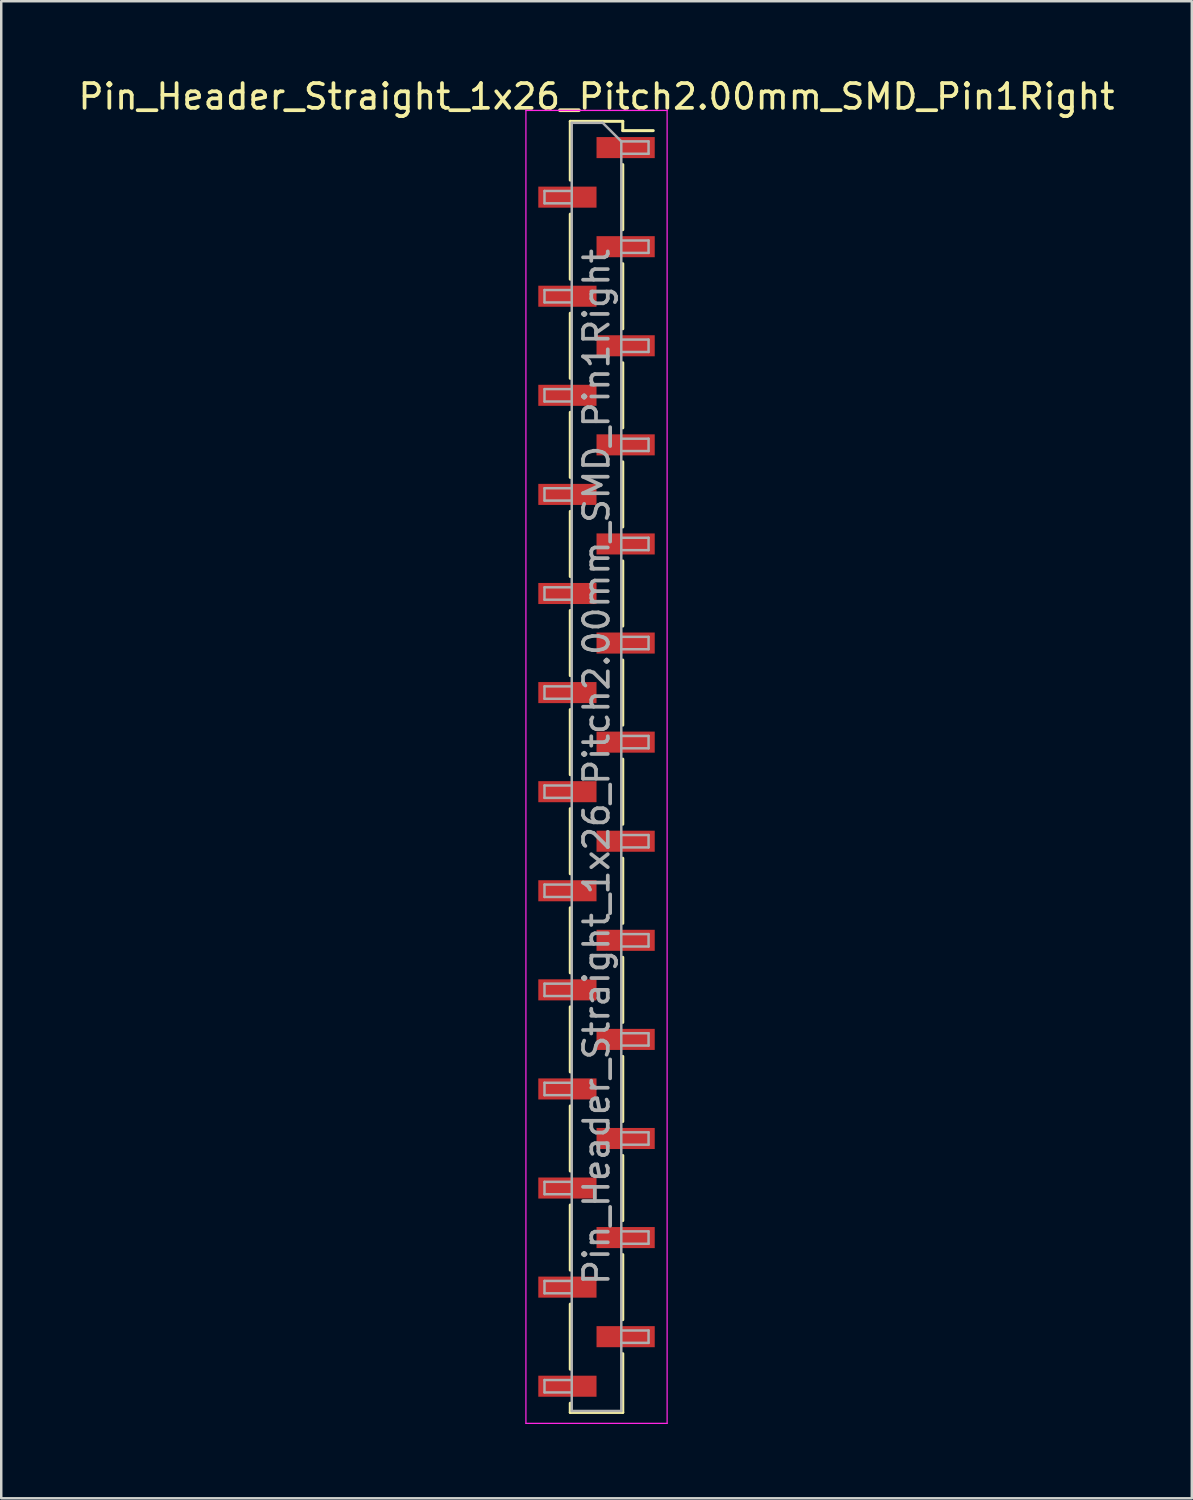
<source format=kicad_pcb>
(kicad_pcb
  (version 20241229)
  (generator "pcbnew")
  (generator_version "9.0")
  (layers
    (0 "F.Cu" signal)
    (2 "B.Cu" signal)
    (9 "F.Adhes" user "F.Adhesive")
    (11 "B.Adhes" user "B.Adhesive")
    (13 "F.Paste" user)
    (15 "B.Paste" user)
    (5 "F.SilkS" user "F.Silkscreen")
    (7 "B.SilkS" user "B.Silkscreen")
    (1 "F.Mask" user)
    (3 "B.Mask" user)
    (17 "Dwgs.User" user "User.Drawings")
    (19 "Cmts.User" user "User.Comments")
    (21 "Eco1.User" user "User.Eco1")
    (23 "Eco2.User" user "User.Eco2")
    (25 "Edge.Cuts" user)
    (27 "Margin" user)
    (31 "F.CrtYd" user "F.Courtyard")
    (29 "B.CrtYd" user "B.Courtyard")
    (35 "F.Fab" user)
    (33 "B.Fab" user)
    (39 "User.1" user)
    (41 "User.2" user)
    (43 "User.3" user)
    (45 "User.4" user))
  (footprint "Pin_Header_Straight_1x26_Pitch2.00mm_SMD_Pin1Right"
    (layer "F.Cu")
    (at 21.03 27.908)
    (property "Reference" "Pin_Header_Straight_1x26_Pitch2.00mm_SMD_Pin1Right" (at 0 -27.06 0) (layer "F.SilkS") (effects (font (size 1 1) (thickness 0.15))))
    (attr smd)
    (fp_line (start -1.06 -26.06) (end -1.06 -23.685) (stroke (width 0.12) (type solid)) (layer "F.SilkS"))
    (fp_line (start -1.06 -26.06) (end 1.06 -26.06) (stroke (width 0.12) (type solid)) (layer "F.SilkS"))
    (fp_line (start -1.06 -22.315) (end -1.06 -19.685) (stroke (width 0.12) (type solid)) (layer "F.SilkS"))
    (fp_line (start -1.06 -18.315) (end -1.06 -15.685) (stroke (width 0.12) (type solid)) (layer "F.SilkS"))
    (fp_line (start -1.06 -14.315) (end -1.06 -11.685) (stroke (width 0.12) (type solid)) (layer "F.SilkS"))
    (fp_line (start -1.06 -10.315) (end -1.06 -7.685) (stroke (width 0.12) (type solid)) (layer "F.SilkS"))
    (fp_line (start -1.06 -6.315) (end -1.06 -3.685) (stroke (width 0.12) (type solid)) (layer "F.SilkS"))
    (fp_line (start -1.06 -2.315) (end -1.06 0.315) (stroke (width 0.12) (type solid)) (layer "F.SilkS"))
    (fp_line (start -1.06 1.685) (end -1.06 4.315) (stroke (width 0.12) (type solid)) (layer "F.SilkS"))
    (fp_line (start -1.06 5.685) (end -1.06 8.315) (stroke (width 0.12) (type solid)) (layer "F.SilkS"))
    (fp_line (start -1.06 9.685) (end -1.06 12.315) (stroke (width 0.12) (type solid)) (layer "F.SilkS"))
    (fp_line (start -1.06 13.685) (end -1.06 16.315) (stroke (width 0.12) (type solid)) (layer "F.SilkS"))
    (fp_line (start -1.06 17.685) (end -1.06 20.315) (stroke (width 0.12) (type solid)) (layer "F.SilkS"))
    (fp_line (start -1.06 21.685) (end -1.06 24.315) (stroke (width 0.12) (type solid)) (layer "F.SilkS"))
    (fp_line (start -1.06 25.685) (end -1.06 26.06) (stroke (width 0.12) (type solid)) (layer "F.SilkS"))
    (fp_line (start -1.06 26.06) (end 1.06 26.06) (stroke (width 0.12) (type solid)) (layer "F.SilkS"))
    (fp_line (start 1.06 -26.06) (end 1.06 -25.685) (stroke (width 0.12) (type solid)) (layer "F.SilkS"))
    (fp_line (start 1.06 -25.685) (end 2.29 -25.685) (stroke (width 0.12) (type solid)) (layer "F.SilkS"))
    (fp_line (start 1.06 -24.315) (end 1.06 -21.685) (stroke (width 0.12) (type solid)) (layer "F.SilkS"))
    (fp_line (start 1.06 -20.315) (end 1.06 -17.685) (stroke (width 0.12) (type solid)) (layer "F.SilkS"))
    (fp_line (start 1.06 -16.315) (end 1.06 -13.685) (stroke (width 0.12) (type solid)) (layer "F.SilkS"))
    (fp_line (start 1.06 -12.315) (end 1.06 -9.685) (stroke (width 0.12) (type solid)) (layer "F.SilkS"))
    (fp_line (start 1.06 -8.315) (end 1.06 -5.685) (stroke (width 0.12) (type solid)) (layer "F.SilkS"))
    (fp_line (start 1.06 -4.315) (end 1.06 -1.685) (stroke (width 0.12) (type solid)) (layer "F.SilkS"))
    (fp_line (start 1.06 -0.315) (end 1.06 2.315) (stroke (width 0.12) (type solid)) (layer "F.SilkS"))
    (fp_line (start 1.06 3.685) (end 1.06 6.315) (stroke (width 0.12) (type solid)) (layer "F.SilkS"))
    (fp_line (start 1.06 7.685) (end 1.06 10.315) (stroke (width 0.12) (type solid)) (layer "F.SilkS"))
    (fp_line (start 1.06 11.685) (end 1.06 14.315) (stroke (width 0.12) (type solid)) (layer "F.SilkS"))
    (fp_line (start 1.06 15.685) (end 1.06 18.315) (stroke (width 0.12) (type solid)) (layer "F.SilkS"))
    (fp_line (start 1.06 19.685) (end 1.06 22.315) (stroke (width 0.12) (type solid)) (layer "F.SilkS"))
    (fp_line (start 1.06 23.685) (end 1.06 26.06) (stroke (width 0.12) (type solid)) (layer "F.SilkS"))
    (fp_line (start -2.85 -26.5) (end -2.85 26.5) (stroke (width 0.05) (type solid)) (layer "F.CrtYd"))
    (fp_line (start -2.85 26.5) (end 2.85 26.5) (stroke (width 0.05) (type solid)) (layer "F.CrtYd"))
    (fp_line (start 2.85 -26.5) (end -2.85 -26.5) (stroke (width 0.05) (type solid)) (layer "F.CrtYd"))
    (fp_line (start 2.85 26.5) (end 2.85 -26.5) (stroke (width 0.05) (type solid)) (layer "F.CrtYd"))
    (fp_line (start -2.1 -23.25) (end -2.1 -22.75) (stroke (width 0.1) (type solid)) (layer "F.Fab"))
    (fp_line (start -2.1 -22.75) (end -1 -22.75) (stroke (width 0.1) (type solid)) (layer "F.Fab"))
    (fp_line (start -2.1 -19.25) (end -2.1 -18.75) (stroke (width 0.1) (type solid)) (layer "F.Fab"))
    (fp_line (start -2.1 -18.75) (end -1 -18.75) (stroke (width 0.1) (type solid)) (layer "F.Fab"))
    (fp_line (start -2.1 -15.25) (end -2.1 -14.75) (stroke (width 0.1) (type solid)) (layer "F.Fab"))
    (fp_line (start -2.1 -14.75) (end -1 -14.75) (stroke (width 0.1) (type solid)) (layer "F.Fab"))
    (fp_line (start -2.1 -11.25) (end -2.1 -10.75) (stroke (width 0.1) (type solid)) (layer "F.Fab"))
    (fp_line (start -2.1 -10.75) (end -1 -10.75) (stroke (width 0.1) (type solid)) (layer "F.Fab"))
    (fp_line (start -2.1 -7.25) (end -2.1 -6.75) (stroke (width 0.1) (type solid)) (layer "F.Fab"))
    (fp_line (start -2.1 -6.75) (end -1 -6.75) (stroke (width 0.1) (type solid)) (layer "F.Fab"))
    (fp_line (start -2.1 -3.25) (end -2.1 -2.75) (stroke (width 0.1) (type solid)) (layer "F.Fab"))
    (fp_line (start -2.1 -2.75) (end -1 -2.75) (stroke (width 0.1) (type solid)) (layer "F.Fab"))
    (fp_line (start -2.1 0.75) (end -2.1 1.25) (stroke (width 0.1) (type solid)) (layer "F.Fab"))
    (fp_line (start -2.1 1.25) (end -1 1.25) (stroke (width 0.1) (type solid)) (layer "F.Fab"))
    (fp_line (start -2.1 4.75) (end -2.1 5.25) (stroke (width 0.1) (type solid)) (layer "F.Fab"))
    (fp_line (start -2.1 5.25) (end -1 5.25) (stroke (width 0.1) (type solid)) (layer "F.Fab"))
    (fp_line (start -2.1 8.75) (end -2.1 9.25) (stroke (width 0.1) (type solid)) (layer "F.Fab"))
    (fp_line (start -2.1 9.25) (end -1 9.25) (stroke (width 0.1) (type solid)) (layer "F.Fab"))
    (fp_line (start -2.1 12.75) (end -2.1 13.25) (stroke (width 0.1) (type solid)) (layer "F.Fab"))
    (fp_line (start -2.1 13.25) (end -1 13.25) (stroke (width 0.1) (type solid)) (layer "F.Fab"))
    (fp_line (start -2.1 16.75) (end -2.1 17.25) (stroke (width 0.1) (type solid)) (layer "F.Fab"))
    (fp_line (start -2.1 17.25) (end -1 17.25) (stroke (width 0.1) (type solid)) (layer "F.Fab"))
    (fp_line (start -2.1 20.75) (end -2.1 21.25) (stroke (width 0.1) (type solid)) (layer "F.Fab"))
    (fp_line (start -2.1 21.25) (end -1 21.25) (stroke (width 0.1) (type solid)) (layer "F.Fab"))
    (fp_line (start -2.1 24.75) (end -2.1 25.25) (stroke (width 0.1) (type solid)) (layer "F.Fab"))
    (fp_line (start -2.1 25.25) (end -1 25.25) (stroke (width 0.1) (type solid)) (layer "F.Fab"))
    (fp_line (start -1 -26) (end -1 26) (stroke (width 0.1) (type solid)) (layer "F.Fab"))
    (fp_line (start -1 -26) (end 0.25 -26) (stroke (width 0.1) (type solid)) (layer "F.Fab"))
    (fp_line (start -1 -23.25) (end -2.1 -23.25) (stroke (width 0.1) (type solid)) (layer "F.Fab"))
    (fp_line (start -1 -19.25) (end -2.1 -19.25) (stroke (width 0.1) (type solid)) (layer "F.Fab"))
    (fp_line (start -1 -15.25) (end -2.1 -15.25) (stroke (width 0.1) (type solid)) (layer "F.Fab"))
    (fp_line (start -1 -11.25) (end -2.1 -11.25) (stroke (width 0.1) (type solid)) (layer "F.Fab"))
    (fp_line (start -1 -7.25) (end -2.1 -7.25) (stroke (width 0.1) (type solid)) (layer "F.Fab"))
    (fp_line (start -1 -3.25) (end -2.1 -3.25) (stroke (width 0.1) (type solid)) (layer "F.Fab"))
    (fp_line (start -1 0.75) (end -2.1 0.75) (stroke (width 0.1) (type solid)) (layer "F.Fab"))
    (fp_line (start -1 4.75) (end -2.1 4.75) (stroke (width 0.1) (type solid)) (layer "F.Fab"))
    (fp_line (start -1 8.75) (end -2.1 8.75) (stroke (width 0.1) (type solid)) (layer "F.Fab"))
    (fp_line (start -1 12.75) (end -2.1 12.75) (stroke (width 0.1) (type solid)) (layer "F.Fab"))
    (fp_line (start -1 16.75) (end -2.1 16.75) (stroke (width 0.1) (type solid)) (layer "F.Fab"))
    (fp_line (start -1 20.75) (end -2.1 20.75) (stroke (width 0.1) (type solid)) (layer "F.Fab"))
    (fp_line (start -1 24.75) (end -2.1 24.75) (stroke (width 0.1) (type solid)) (layer "F.Fab"))
    (fp_line (start 1 -25.25) (end 0.25 -26) (stroke (width 0.1) (type solid)) (layer "F.Fab"))
    (fp_line (start 1 -25.25) (end 2.1 -25.25) (stroke (width 0.1) (type solid)) (layer "F.Fab"))
    (fp_line (start 1 -21.25) (end 2.1 -21.25) (stroke (width 0.1) (type solid)) (layer "F.Fab"))
    (fp_line (start 1 -17.25) (end 2.1 -17.25) (stroke (width 0.1) (type solid)) (layer "F.Fab"))
    (fp_line (start 1 -13.25) (end 2.1 -13.25) (stroke (width 0.1) (type solid)) (layer "F.Fab"))
    (fp_line (start 1 -9.25) (end 2.1 -9.25) (stroke (width 0.1) (type solid)) (layer "F.Fab"))
    (fp_line (start 1 -5.25) (end 2.1 -5.25) (stroke (width 0.1) (type solid)) (layer "F.Fab"))
    (fp_line (start 1 -1.25) (end 2.1 -1.25) (stroke (width 0.1) (type solid)) (layer "F.Fab"))
    (fp_line (start 1 2.75) (end 2.1 2.75) (stroke (width 0.1) (type solid)) (layer "F.Fab"))
    (fp_line (start 1 6.75) (end 2.1 6.75) (stroke (width 0.1) (type solid)) (layer "F.Fab"))
    (fp_line (start 1 10.75) (end 2.1 10.75) (stroke (width 0.1) (type solid)) (layer "F.Fab"))
    (fp_line (start 1 14.75) (end 2.1 14.75) (stroke (width 0.1) (type solid)) (layer "F.Fab"))
    (fp_line (start 1 18.75) (end 2.1 18.75) (stroke (width 0.1) (type solid)) (layer "F.Fab"))
    (fp_line (start 1 22.75) (end 2.1 22.75) (stroke (width 0.1) (type solid)) (layer "F.Fab"))
    (fp_line (start 1 26) (end -1 26) (stroke (width 0.1) (type solid)) (layer "F.Fab"))
    (fp_line (start 1 26) (end 1 -25.25) (stroke (width 0.1) (type solid)) (layer "F.Fab"))
    (fp_line (start 2.1 -25.25) (end 2.1 -24.75) (stroke (width 0.1) (type solid)) (layer "F.Fab"))
    (fp_line (start 2.1 -24.75) (end 1 -24.75) (stroke (width 0.1) (type solid)) (layer "F.Fab"))
    (fp_line (start 2.1 -21.25) (end 2.1 -20.75) (stroke (width 0.1) (type solid)) (layer "F.Fab"))
    (fp_line (start 2.1 -20.75) (end 1 -20.75) (stroke (width 0.1) (type solid)) (layer "F.Fab"))
    (fp_line (start 2.1 -17.25) (end 2.1 -16.75) (stroke (width 0.1) (type solid)) (layer "F.Fab"))
    (fp_line (start 2.1 -16.75) (end 1 -16.75) (stroke (width 0.1) (type solid)) (layer "F.Fab"))
    (fp_line (start 2.1 -13.25) (end 2.1 -12.75) (stroke (width 0.1) (type solid)) (layer "F.Fab"))
    (fp_line (start 2.1 -12.75) (end 1 -12.75) (stroke (width 0.1) (type solid)) (layer "F.Fab"))
    (fp_line (start 2.1 -9.25) (end 2.1 -8.75) (stroke (width 0.1) (type solid)) (layer "F.Fab"))
    (fp_line (start 2.1 -8.75) (end 1 -8.75) (stroke (width 0.1) (type solid)) (layer "F.Fab"))
    (fp_line (start 2.1 -5.25) (end 2.1 -4.75) (stroke (width 0.1) (type solid)) (layer "F.Fab"))
    (fp_line (start 2.1 -4.75) (end 1 -4.75) (stroke (width 0.1) (type solid)) (layer "F.Fab"))
    (fp_line (start 2.1 -1.25) (end 2.1 -0.75) (stroke (width 0.1) (type solid)) (layer "F.Fab"))
    (fp_line (start 2.1 -0.75) (end 1 -0.75) (stroke (width 0.1) (type solid)) (layer "F.Fab"))
    (fp_line (start 2.1 2.75) (end 2.1 3.25) (stroke (width 0.1) (type solid)) (layer "F.Fab"))
    (fp_line (start 2.1 3.25) (end 1 3.25) (stroke (width 0.1) (type solid)) (layer "F.Fab"))
    (fp_line (start 2.1 6.75) (end 2.1 7.25) (stroke (width 0.1) (type solid)) (layer "F.Fab"))
    (fp_line (start 2.1 7.25) (end 1 7.25) (stroke (width 0.1) (type solid)) (layer "F.Fab"))
    (fp_line (start 2.1 10.75) (end 2.1 11.25) (stroke (width 0.1) (type solid)) (layer "F.Fab"))
    (fp_line (start 2.1 11.25) (end 1 11.25) (stroke (width 0.1) (type solid)) (layer "F.Fab"))
    (fp_line (start 2.1 14.75) (end 2.1 15.25) (stroke (width 0.1) (type solid)) (layer "F.Fab"))
    (fp_line (start 2.1 15.25) (end 1 15.25) (stroke (width 0.1) (type solid)) (layer "F.Fab"))
    (fp_line (start 2.1 18.75) (end 2.1 19.25) (stroke (width 0.1) (type solid)) (layer "F.Fab"))
    (fp_line (start 2.1 19.25) (end 1 19.25) (stroke (width 0.1) (type solid)) (layer "F.Fab"))
    (fp_line (start 2.1 22.75) (end 2.1 23.25) (stroke (width 0.1) (type solid)) (layer "F.Fab"))
    (fp_line (start 2.1 23.25) (end 1 23.25) (stroke (width 0.1) (type solid)) (layer "F.Fab"))
    (fp_text user "${REFERENCE}" (at 0 0 90) (layer "F.Fab") (effects (font (size 1 1) (thickness 0.15))))
    (pad "1" smd rect (at 1.175 -25) (size 2.35 0.85) (layers "F.Cu" "F.Mask" "F.Paste"))
    (pad "2" smd rect (at -1.175 -23) (size 2.35 0.85) (layers "F.Cu" "F.Mask" "F.Paste"))
    (pad "3" smd rect (at 1.175 -21) (size 2.35 0.85) (layers "F.Cu" "F.Mask" "F.Paste"))
    (pad "4" smd rect (at -1.175 -19) (size 2.35 0.85) (layers "F.Cu" "F.Mask" "F.Paste"))
    (pad "5" smd rect (at 1.175 -17) (size 2.35 0.85) (layers "F.Cu" "F.Mask" "F.Paste"))
    (pad "6" smd rect (at -1.175 -15) (size 2.35 0.85) (layers "F.Cu" "F.Mask" "F.Paste"))
    (pad "7" smd rect (at 1.175 -13) (size 2.35 0.85) (layers "F.Cu" "F.Mask" "F.Paste"))
    (pad "8" smd rect (at -1.175 -11) (size 2.35 0.85) (layers "F.Cu" "F.Mask" "F.Paste"))
    (pad "9" smd rect (at 1.175 -9) (size 2.35 0.85) (layers "F.Cu" "F.Mask" "F.Paste"))
    (pad "10" smd rect (at -1.175 -7) (size 2.35 0.85) (layers "F.Cu" "F.Mask" "F.Paste"))
    (pad "11" smd rect (at 1.175 -5) (size 2.35 0.85) (layers "F.Cu" "F.Mask" "F.Paste"))
    (pad "12" smd rect (at -1.175 -3) (size 2.35 0.85) (layers "F.Cu" "F.Mask" "F.Paste"))
    (pad "13" smd rect (at 1.175 -1) (size 2.35 0.85) (layers "F.Cu" "F.Mask" "F.Paste"))
    (pad "14" smd rect (at -1.175 1) (size 2.35 0.85) (layers "F.Cu" "F.Mask" "F.Paste"))
    (pad "15" smd rect (at 1.175 3) (size 2.35 0.85) (layers "F.Cu" "F.Mask" "F.Paste"))
    (pad "16" smd rect (at -1.175 5) (size 2.35 0.85) (layers "F.Cu" "F.Mask" "F.Paste"))
    (pad "17" smd rect (at 1.175 7) (size 2.35 0.85) (layers "F.Cu" "F.Mask" "F.Paste"))
    (pad "18" smd rect (at -1.175 9) (size 2.35 0.85) (layers "F.Cu" "F.Mask" "F.Paste"))
    (pad "19" smd rect (at 1.175 11) (size 2.35 0.85) (layers "F.Cu" "F.Mask" "F.Paste"))
    (pad "20" smd rect (at -1.175 13) (size 2.35 0.85) (layers "F.Cu" "F.Mask" "F.Paste"))
    (pad "21" smd rect (at 1.175 15) (size 2.35 0.85) (layers "F.Cu" "F.Mask" "F.Paste"))
    (pad "22" smd rect (at -1.175 17) (size 2.35 0.85) (layers "F.Cu" "F.Mask" "F.Paste"))
    (pad "23" smd rect (at 1.175 19) (size 2.35 0.85) (layers "F.Cu" "F.Mask" "F.Paste"))
    (pad "24" smd rect (at -1.175 21) (size 2.35 0.85) (layers "F.Cu" "F.Mask" "F.Paste"))
    (pad "25" smd rect (at 1.175 23) (size 2.35 0.85) (layers "F.Cu" "F.Mask" "F.Paste"))
    (pad "26" smd rect (at -1.175 25) (size 2.35 0.85) (layers "F.Cu" "F.Mask" "F.Paste")))
  (gr_rect
    (start -3 -3)
    (end 45.06 57.433)
    (stroke (width 0.1) (type default))
    (fill no)
    (layer "Edge.Cuts")))
</source>
